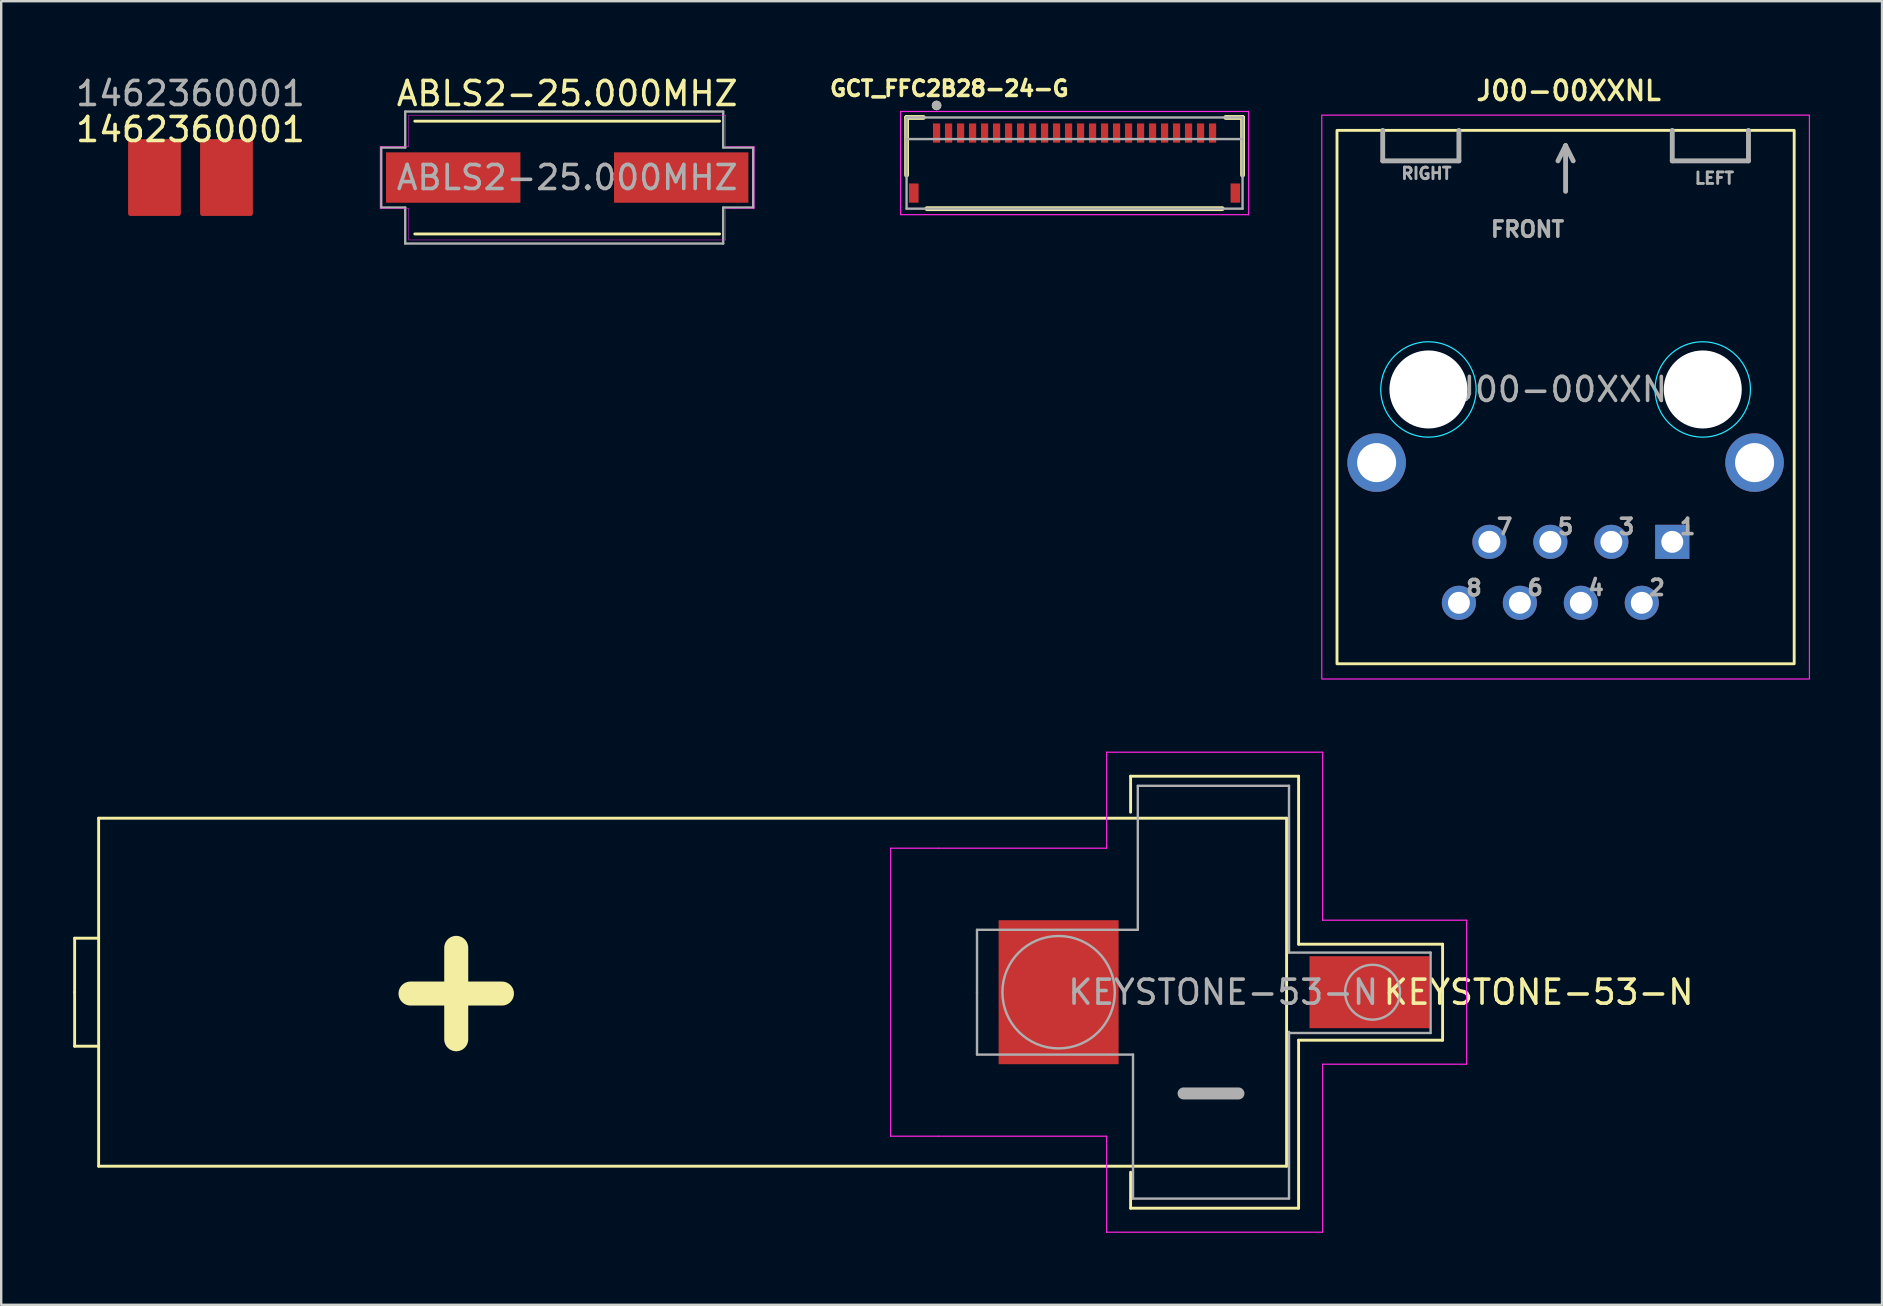
<source format=kicad_pcb>
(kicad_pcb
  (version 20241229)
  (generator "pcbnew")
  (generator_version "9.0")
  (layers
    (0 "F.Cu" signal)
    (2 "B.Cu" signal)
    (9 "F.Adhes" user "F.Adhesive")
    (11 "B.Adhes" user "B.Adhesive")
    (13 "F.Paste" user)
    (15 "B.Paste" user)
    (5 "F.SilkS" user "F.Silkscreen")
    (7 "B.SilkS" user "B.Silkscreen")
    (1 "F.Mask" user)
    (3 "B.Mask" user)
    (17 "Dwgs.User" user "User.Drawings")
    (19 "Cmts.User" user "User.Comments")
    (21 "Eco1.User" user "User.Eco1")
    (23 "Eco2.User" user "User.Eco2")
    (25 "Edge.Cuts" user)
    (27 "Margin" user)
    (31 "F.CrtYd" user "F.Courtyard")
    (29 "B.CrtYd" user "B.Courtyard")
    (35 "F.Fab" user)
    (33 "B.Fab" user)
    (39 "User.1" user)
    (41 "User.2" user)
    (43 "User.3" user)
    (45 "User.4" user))
  (footprint "KEYSTONE-53-N"
    (layer "F.Cu")
    (at 41.06 38.293)
    (property "Reference" "KEYSTONE-53-N" (at 20 0 0) (unlocked yes) (layer "F.SilkS") (effects (font (size 1 1) (thickness 0.15))))
    (attr smd)
    (fp_line (start -41 -2.25) (end -40 -2.25) (stroke (width 0.12) (type solid)) (layer "F.SilkS"))
    (fp_line (start -41 0) (end -41 -2.25) (stroke (width 0.12) (type solid)) (layer "F.SilkS"))
    (fp_line (start -41 0) (end -41 2.25) (stroke (width 0.12) (type solid)) (layer "F.SilkS"))
    (fp_line (start -41 2.25) (end -40 2.25) (stroke (width 0.12) (type solid)) (layer "F.SilkS"))
    (fp_line (start -40 -7.25) (end 9.5 -7.25) (stroke (width 0.12) (type solid)) (layer "F.SilkS"))
    (fp_line (start -40 7.25) (end -40 -7.25) (stroke (width 0.12) (type solid)) (layer "F.SilkS"))
    (fp_line (start 3 -9) (end 3 -7.5) (stroke (width 0.12) (type solid)) (layer "F.SilkS"))
    (fp_line (start 3 9) (end 3 7.5) (stroke (width 0.12) (type solid)) (layer "F.SilkS"))
    (fp_line (start 9.5 0) (end 9.5 -7.25) (stroke (width 0.12) (type solid)) (layer "F.SilkS"))
    (fp_line (start 9.5 0) (end 9.5 7.25) (stroke (width 0.12) (type solid)) (layer "F.SilkS"))
    (fp_line (start 9.5 7.25) (end -40 7.25) (stroke (width 0.12) (type solid)) (layer "F.SilkS"))
    (fp_line (start 10 -9) (end 3 -9) (stroke (width 0.12) (type solid)) (layer "F.SilkS"))
    (fp_line (start 10 -2) (end 10 -9) (stroke (width 0.12) (type solid)) (layer "F.SilkS"))
    (fp_line (start 10 2) (end 10 9) (stroke (width 0.12) (type solid)) (layer "F.SilkS"))
    (fp_line (start 10 9) (end 3 9) (stroke (width 0.12) (type solid)) (layer "F.SilkS"))
    (fp_line (start 16 -2) (end 10 -2) (stroke (width 0.12) (type solid)) (layer "F.SilkS"))
    (fp_line (start 16 0) (end 16 -2) (stroke (width 0.12) (type solid)) (layer "F.SilkS"))
    (fp_line (start 16 0) (end 16 2) (stroke (width 0.12) (type solid)) (layer "F.SilkS"))
    (fp_line (start 16 2) (end 10 2) (stroke (width 0.12) (type solid)) (layer "F.SilkS"))
    (fp_line (start -7 -6) (end -7 0) (stroke (width 0.05) (type solid)) (layer "F.CrtYd"))
    (fp_line (start -7 6) (end -7 0) (stroke (width 0.05) (type solid)) (layer "F.CrtYd"))
    (fp_line (start -5 -6) (end -7 -6) (stroke (width 0.05) (type solid)) (layer "F.CrtYd"))
    (fp_line (start -5 6) (end -7 6) (stroke (width 0.05) (type solid)) (layer "F.CrtYd"))
    (fp_line (start 2 -10) (end 2 -6) (stroke (width 0.05) (type solid)) (layer "F.CrtYd"))
    (fp_line (start 2 -6) (end -5 -6) (stroke (width 0.05) (type solid)) (layer "F.CrtYd"))
    (fp_line (start 2 6) (end -5 6) (stroke (width 0.05) (type solid)) (layer "F.CrtYd"))
    (fp_line (start 2 6) (end 2 10) (stroke (width 0.05) (type solid)) (layer "F.CrtYd"))
    (fp_line (start 11 -10) (end 2 -10) (stroke (width 0.05) (type solid)) (layer "F.CrtYd"))
    (fp_line (start 11 -3) (end 11 -10) (stroke (width 0.05) (type solid)) (layer "F.CrtYd"))
    (fp_line (start 11 3) (end 11 10) (stroke (width 0.05) (type solid)) (layer "F.CrtYd"))
    (fp_line (start 11 10) (end 2 10) (stroke (width 0.05) (type solid)) (layer "F.CrtYd"))
    (fp_line (start 17 -3) (end 11 -3) (stroke (width 0.05) (type solid)) (layer "F.CrtYd"))
    (fp_line (start 17 0) (end 17 -3) (stroke (width 0.05) (type solid)) (layer "F.CrtYd"))
    (fp_line (start 17 0) (end 17 3) (stroke (width 0.05) (type solid)) (layer "F.CrtYd"))
    (fp_line (start 17 3) (end 11 3) (stroke (width 0.05) (type solid)) (layer "F.CrtYd"))
    (fp_line (start -3.4 -2.6) (end 3.3 -2.6) (stroke (width 0.1) (type solid)) (layer "F.Fab"))
    (fp_line (start -3.4 0) (end -3.4 -2.6) (stroke (width 0.1) (type solid)) (layer "F.Fab"))
    (fp_line (start -3.4 2.6) (end -3.4 0) (stroke (width 0.1) (type solid)) (layer "F.Fab"))
    (fp_line (start -3.4 2.6) (end 3.1 2.6) (stroke (width 0.1) (type solid)) (layer "F.Fab"))
    (fp_line (start 3.1 2.6) (end 3.1 8.6) (stroke (width 0.1) (type solid)) (layer "F.Fab"))
    (fp_line (start 3.1 8.6) (end 9.6 8.6) (stroke (width 0.1) (type solid)) (layer "F.Fab"))
    (fp_line (start 3.3 -8.6) (end 9.6 -8.6) (stroke (width 0.1) (type solid)) (layer "F.Fab"))
    (fp_line (start 3.3 -2.6) (end 3.3 -8.6) (stroke (width 0.1) (type solid)) (layer "F.Fab"))
    (fp_line (start 9.6 -1.65) (end 9.6 -8.6) (stroke (width 0.1) (type solid)) (layer "F.Fab"))
    (fp_line (start 9.6 8.6) (end 9.6 1.65) (stroke (width 0.1) (type solid)) (layer "F.Fab"))
    (fp_line (start 15.5 -1.65) (end 9.6 -1.65) (stroke (width 0.1) (type solid)) (layer "F.Fab"))
    (fp_line (start 15.5 -1.65) (end 15.5 1.7) (stroke (width 0.1) (type solid)) (layer "F.Fab"))
    (fp_line (start 15.5 1.7) (end 9.6 1.7) (stroke (width 0.1) (type solid)) (layer "F.Fab"))
    (fp_circle (center 0 0) (end 1.778 1.524) (stroke (width 0.1) (type solid)) (fill no) (layer "F.Fab"))
    (fp_circle (center 13.081 0) (end 14.224 0) (stroke (width 0.1) (type solid)) (fill no) (layer "F.Fab"))
    (fp_text user "+" (at -25.1 -0.3 0) (unlocked yes) (layer "F.SilkS") (effects (font (size 5 5) (thickness 1))))
    (fp_text user "-" (at 6.35 4 0) (unlocked yes) (layer "F.Fab") (effects (font (size 3 3) (thickness 0.5))))
    (fp_text user "${REFERENCE}" (at 6.858 0 0) (unlocked yes) (layer "F.Fab") (effects (font (size 1 1) (thickness 0.15))))
    (pad "1" smd rect (at 0 0) (size 5 6) (layers "F.Cu" "F.Mask" "F.Paste"))
    (pad "1" smd rect (at 12.954 0) (size 5 3) (layers "F.Cu" "F.Mask" "F.Paste")))
  (footprint "ABLS2-25.000MHZ"
    (layer "F.Cu")
    (at 20.584 4.348)
    (property "Reference" "ABLS2-25.000MHZ" (at 0 -3.5 0) (layer "F.SilkS") (effects (font (size 1 1) (thickness 0.15))))
    (attr smd)
    (fp_line (start -6.35 -2.35) (end 6.35 -2.35) (stroke (width 0.12) (type solid)) (layer "F.SilkS"))
    (fp_line (start -6.35 2.35) (end 6.35 2.35) (stroke (width 0.12) (type solid)) (layer "F.SilkS"))
    (fp_line (start -7.8 -1.3) (end -7.8 1.3) (stroke (width 0.02) (type solid)) (layer "F.CrtYd"))
    (fp_line (start -7.8 1.3) (end -6.6 1.3) (stroke (width 0.02) (type solid)) (layer "F.CrtYd"))
    (fp_line (start -6.6 -2.6) (end -6.6 -1.3) (stroke (width 0.02) (type solid)) (layer "F.CrtYd"))
    (fp_line (start -6.6 -2.6) (end 6.6 -2.6) (stroke (width 0.02) (type solid)) (layer "F.CrtYd"))
    (fp_line (start -6.6 -1.3) (end -7.8 -1.3) (stroke (width 0.02) (type solid)) (layer "F.CrtYd"))
    (fp_line (start -6.6 1.3) (end -6.6 2.6) (stroke (width 0.02) (type solid)) (layer "F.CrtYd"))
    (fp_line (start 6.6 -2.6) (end 6.6 -1.3) (stroke (width 0.02) (type solid)) (layer "F.CrtYd"))
    (fp_line (start 6.6 -1.3) (end 7.8 -1.3) (stroke (width 0.02) (type solid)) (layer "F.CrtYd"))
    (fp_line (start 6.6 1.3) (end 6.6 2.6) (stroke (width 0.02) (type solid)) (layer "F.CrtYd"))
    (fp_line (start 6.6 2.6) (end -6.6 2.6) (stroke (width 0.02) (type solid)) (layer "F.CrtYd"))
    (fp_line (start 7.8 -1.3) (end 7.8 1.3) (stroke (width 0.02) (type solid)) (layer "F.CrtYd"))
    (fp_line (start 7.8 1.3) (end 6.6 1.3) (stroke (width 0.02) (type solid)) (layer "F.CrtYd"))
    (fp_line (start -7.75 -1.25) (end -6.75 -1.25) (stroke (width 0.1) (type solid)) (layer "F.Fab"))
    (fp_line (start -7.75 1.25) (end -7.75 -1.25) (stroke (width 0.1) (type solid)) (layer "F.Fab"))
    (fp_line (start -6.75 -2.75) (end 6.5 -2.75) (stroke (width 0.1) (type solid)) (layer "F.Fab"))
    (fp_line (start -6.75 -1.25) (end -6.75 -2.75) (stroke (width 0.1) (type solid)) (layer "F.Fab"))
    (fp_line (start -6.75 1.25) (end -7.75 1.25) (stroke (width 0.1) (type solid)) (layer "F.Fab"))
    (fp_line (start -6.75 2.75) (end -6.75 1.25) (stroke (width 0.1) (type solid)) (layer "F.Fab"))
    (fp_line (start 6.5 -2.75) (end 6.5 -1.25) (stroke (width 0.1) (type solid)) (layer "F.Fab"))
    (fp_line (start 6.5 -1.25) (end 7.75 -1.25) (stroke (width 0.1) (type solid)) (layer "F.Fab"))
    (fp_line (start 6.5 1.25) (end 6.5 2.75) (stroke (width 0.1) (type solid)) (layer "F.Fab"))
    (fp_line (start 6.5 2.75) (end -6.75 2.75) (stroke (width 0.1) (type solid)) (layer "F.Fab"))
    (fp_line (start 7.75 -1.25) (end 7.75 1.25) (stroke (width 0.1) (type solid)) (layer "F.Fab"))
    (fp_line (start 7.75 1.25) (end 6.5 1.25) (stroke (width 0.1) (type solid)) (layer "F.Fab"))
    (fp_text user "${REFERENCE}" (at 0 0 0) (unlocked yes) (layer "F.Fab") (effects (font (size 1 1) (thickness 0.15))))
    (pad "1" smd rect (at -4.75 0) (size 5.6 2.1) (layers "F.Cu" "F.Mask" "F.Paste"))
    (pad "2" smd rect (at 4.75 0) (size 5.6 2.1) (layers "F.Cu" "F.Mask" "F.Paste")))
  (footprint "J00-00XXNL"
    (layer "F.Cu")
    (at 62.185 13.178)
    (property "Reference" "J00-00XXNL" (at 0.127 -12.446 180) (layer "F.SilkS") (effects (font (size 0.801 0.801) (thickness 0.15))))
    (attr through_hole)
    (fp_rect (start -9.525 -10.795) (end 9.525 11.43) (stroke (width 0.12) (type solid)) (fill no) (layer "F.SilkS"))
    (fp_circle (center -5.715 0) (end -3.937 0.889) (stroke (width 0.05) (type solid)) (fill no) (layer "B.CrtYd"))
    (fp_circle (center 5.715 0) (end 7.493 0.889) (stroke (width 0.05) (type solid)) (fill no) (layer "B.CrtYd"))
    (fp_rect (start -10.16 -11.43) (end 10.16 12.065) (stroke (width 0.05) (type solid)) (fill no) (layer "F.CrtYd"))
    (fp_line (start -7.62 -10.795) (end -7.62 -9.525) (stroke (width 0.203) (type solid)) (layer "F.Fab"))
    (fp_line (start -7.62 -9.525) (end -4.445 -9.525) (stroke (width 0.203) (type solid)) (layer "F.Fab"))
    (fp_line (start -4.445 -9.525) (end -4.445 -10.795) (stroke (width 0.203) (type solid)) (layer "F.Fab"))
    (fp_line (start 0 -10.16) (end -0.318 -9.525) (stroke (width 0.203) (type solid)) (layer "F.Fab"))
    (fp_line (start 0 -10.16) (end 0 -8.255) (stroke (width 0.203) (type solid)) (layer "F.Fab"))
    (fp_line (start 0.318 -9.525) (end 0 -10.16) (stroke (width 0.203) (type solid)) (layer "F.Fab"))
    (fp_line (start 4.445 -10.795) (end 4.445 -9.525) (stroke (width 0.203) (type solid)) (layer "F.Fab"))
    (fp_line (start 4.445 -9.525) (end 7.62 -9.525) (stroke (width 0.203) (type solid)) (layer "F.Fab"))
    (fp_line (start 7.62 -9.525) (end 7.62 -10.795) (stroke (width 0.203) (type solid)) (layer "F.Fab"))
    (fp_text user "4" (at 1.27 8.256 0) (layer "F.Fab") (effects (font (size 0.64 0.64) (thickness 0.15))))
    (fp_text user "RIGHT" (at -5.8 -9 0) (layer "F.Fab") (effects (font (size 0.48 0.48) (thickness 0.15))))
    (fp_text user "1" (at 5.083 5.718 0) (layer "F.Fab") (effects (font (size 0.64 0.64) (thickness 0.15))))
    (fp_text user "8" (at -3.816 8.269 0) (layer "F.Fab") (effects (font (size 0.641 0.641) (thickness 0.15))))
    (fp_text user "${REFERENCE}" (at 0.25 0 0) (unlocked yes) (layer "F.Fab") (effects (font (size 1 1) (thickness 0.15))))
    (fp_text user "2" (at 3.811 8.258 0) (layer "F.Fab") (effects (font (size 0.64 0.64) (thickness 0.15))))
    (fp_text user "6" (at -1.27 8.257 0) (layer "F.Fab") (effects (font (size 0.64 0.64) (thickness 0.15))))
    (fp_text user "5" (at 0 5.718 0) (layer "F.Fab") (effects (font (size 0.64 0.64) (thickness 0.15))))
    (fp_text user "7" (at -2.541 5.717 0) (layer "F.Fab") (effects (font (size 0.64 0.64) (thickness 0.15))))
    (fp_text user "3" (at 2.541 5.717 0) (layer "F.Fab") (effects (font (size 0.64 0.64) (thickness 0.15))))
    (fp_text user "LEFT" (at 6.2 -8.8 0) (layer "F.Fab") (effects (font (size 0.48 0.48) (thickness 0.15))))
    (fp_text user "FRONT" (at -1.589 -6.673 0) (layer "F.Fab") (effects (font (size 0.64 0.64) (thickness 0.15))))
    (pad "" np_thru_hole circle (at -5.715 0) (size 3.251 3.251) (drill 3.251) (layers "*.Cu" "*.Mask"))
    (pad "" np_thru_hole circle (at 5.715 0) (size 3.251 3.251) (drill 3.251) (layers "*.Cu" "*.Mask"))
    (pad "1" thru_hole rect (at 4.445 6.35) (size 1.422 1.422) (drill 0.914) (layers "*.Cu" "*.Mask"))
    (pad "2" thru_hole circle (at 3.175 8.89) (size 1.422 1.422) (drill 0.914) (layers "*.Cu" "*.Mask"))
    (pad "3" thru_hole circle (at 1.905 6.35) (size 1.422 1.422) (drill 0.914) (layers "*.Cu" "*.Mask"))
    (pad "4" thru_hole circle (at 0.635 8.89) (size 1.422 1.422) (drill 0.914) (layers "*.Cu" "*.Mask"))
    (pad "5" thru_hole circle (at -0.635 6.35) (size 1.422 1.422) (drill 0.914) (layers "*.Cu" "*.Mask"))
    (pad "6" thru_hole circle (at -1.905 8.89) (size 1.422 1.422) (drill 0.914) (layers "*.Cu" "*.Mask"))
    (pad "7" thru_hole circle (at -3.175 6.35) (size 1.422 1.422) (drill 0.914) (layers "*.Cu" "*.Mask"))
    (pad "8" thru_hole circle (at -4.445 8.89) (size 1.422 1.422) (drill 0.914) (layers "*.Cu" "*.Mask"))
    (pad "S1" thru_hole circle (at -7.874 3.048) (size 2.438 2.438) (drill 1.626) (layers "*.Cu" "*.Mask"))
    (pad "S2" thru_hole circle (at 7.874 3.048) (size 2.438 2.438) (drill 1.626) (layers "*.Cu" "*.Mask"))
    (zone (net_name "") (layers "F.Cu" "B.Cu") (hatch edge 0.508) (connect_pads) (min_thickness 0.254) (filled_areas_thickness no) (keepout (tracks not_allowed) (vias not_allowed) (pads not_allowed) (copperpour not_allowed) (footprints not_allowed)) (placement (enabled no)) (fill) (polygon (pts (xy 71.71 5.558) (xy 52.66 5.558) (xy 52.66 2.383) (xy 71.71 2.383)))))
  (footprint "GCT_FFC2B28-24-G"
    (layer "F.Cu")
    (at 41.725 3.744)
    (property "Reference" "GCT_FFC2B28-24-G" (at -5.218 -3.106 0) (layer "F.SilkS") (effects (font (size 0.64 0.64) (thickness 0.15))))
    (attr through_hole)
    (fp_line (start -7 -1.9) (end -6.3 -1.9) (stroke (width 0.2) (type solid)) (layer "F.SilkS"))
    (fp_line (start -7 0.5) (end -7 -1.9) (stroke (width 0.2) (type solid)) (layer "F.SilkS"))
    (fp_line (start -6.15 1.9) (end 6.15 1.9) (stroke (width 0.2) (type solid)) (layer "F.SilkS"))
    (fp_line (start 6.3 -1.9) (end 7 -1.9) (stroke (width 0.2) (type solid)) (layer "F.SilkS"))
    (fp_line (start 7 -1.9) (end 7 0.5) (stroke (width 0.2) (type solid)) (layer "F.SilkS"))
    (fp_circle (center -5.75 -2.4) (end -5.65 -2.4) (stroke (width 0.2) (type solid)) (fill no) (layer "F.SilkS"))
    (fp_line (start -7.25 -2.15) (end -7.25 2.15) (stroke (width 0.05) (type solid)) (layer "F.CrtYd"))
    (fp_line (start -7.25 2.15) (end 7.25 2.15) (stroke (width 0.05) (type solid)) (layer "F.CrtYd"))
    (fp_line (start 7.25 -2.15) (end -7.25 -2.15) (stroke (width 0.05) (type solid)) (layer "F.CrtYd"))
    (fp_line (start 7.25 2.15) (end 7.25 -2.15) (stroke (width 0.05) (type solid)) (layer "F.CrtYd"))
    (fp_line (start -7 -1.9) (end 7 -1.9) (stroke (width 0.1) (type solid)) (layer "F.Fab"))
    (fp_line (start -7 -1) (end -7 -1.9) (stroke (width 0.1) (type solid)) (layer "F.Fab"))
    (fp_line (start -7 -1) (end 7 -1) (stroke (width 0.1) (type solid)) (layer "F.Fab"))
    (fp_line (start -7 1.9) (end -7 -1) (stroke (width 0.1) (type solid)) (layer "F.Fab"))
    (fp_line (start 7 -1.9) (end 7 -1) (stroke (width 0.1) (type solid)) (layer "F.Fab"))
    (fp_line (start 7 -1) (end 7 1.9) (stroke (width 0.1) (type solid)) (layer "F.Fab"))
    (fp_line (start 7 1.9) (end -7 1.9) (stroke (width 0.1) (type solid)) (layer "F.Fab"))
    (fp_circle (center -5.75 -2.4) (end -5.65 -2.4) (stroke (width 0.2) (type solid)) (fill no) (layer "F.Fab"))
    (pad "1" smd rect (at -5.75 -1.25) (size 0.3 0.8) (layers "F.Cu" "F.Mask" "F.Paste"))
    (pad "2" smd rect (at -5.25 -1.25) (size 0.3 0.8) (layers "F.Cu" "F.Mask" "F.Paste"))
    (pad "3" smd rect (at -4.75 -1.25) (size 0.3 0.8) (layers "F.Cu" "F.Mask" "F.Paste"))
    (pad "4" smd rect (at -4.25 -1.25) (size 0.3 0.8) (layers "F.Cu" "F.Mask" "F.Paste"))
    (pad "5" smd rect (at -3.75 -1.25) (size 0.3 0.8) (layers "F.Cu" "F.Mask" "F.Paste"))
    (pad "6" smd rect (at -3.25 -1.25) (size 0.3 0.8) (layers "F.Cu" "F.Mask" "F.Paste"))
    (pad "7" smd rect (at -2.75 -1.25) (size 0.3 0.8) (layers "F.Cu" "F.Mask" "F.Paste"))
    (pad "8" smd rect (at -2.25 -1.25) (size 0.3 0.8) (layers "F.Cu" "F.Mask" "F.Paste"))
    (pad "9" smd rect (at -1.75 -1.25) (size 0.3 0.8) (layers "F.Cu" "F.Mask" "F.Paste"))
    (pad "10" smd rect (at -1.25 -1.25) (size 0.3 0.8) (layers "F.Cu" "F.Mask" "F.Paste"))
    (pad "11" smd rect (at -0.75 -1.25) (size 0.3 0.8) (layers "F.Cu" "F.Mask" "F.Paste"))
    (pad "12" smd rect (at -0.25 -1.25) (size 0.3 0.8) (layers "F.Cu" "F.Mask" "F.Paste"))
    (pad "13" smd rect (at 0.25 -1.25) (size 0.3 0.8) (layers "F.Cu" "F.Mask" "F.Paste"))
    (pad "14" smd rect (at 0.75 -1.25) (size 0.3 0.8) (layers "F.Cu" "F.Mask" "F.Paste"))
    (pad "15" smd rect (at 1.25 -1.25) (size 0.3 0.8) (layers "F.Cu" "F.Mask" "F.Paste"))
    (pad "16" smd rect (at 1.75 -1.25) (size 0.3 0.8) (layers "F.Cu" "F.Mask" "F.Paste"))
    (pad "17" smd rect (at 2.25 -1.25) (size 0.3 0.8) (layers "F.Cu" "F.Mask" "F.Paste"))
    (pad "18" smd rect (at 2.75 -1.25) (size 0.3 0.8) (layers "F.Cu" "F.Mask" "F.Paste"))
    (pad "19" smd rect (at 3.25 -1.25) (size 0.3 0.8) (layers "F.Cu" "F.Mask" "F.Paste"))
    (pad "20" smd rect (at 3.75 -1.25) (size 0.3 0.8) (layers "F.Cu" "F.Mask" "F.Paste"))
    (pad "21" smd rect (at 4.25 -1.25) (size 0.3 0.8) (layers "F.Cu" "F.Mask" "F.Paste"))
    (pad "22" smd rect (at 4.75 -1.25) (size 0.3 0.8) (layers "F.Cu" "F.Mask" "F.Paste"))
    (pad "23" smd rect (at 5.25 -1.25) (size 0.3 0.8) (layers "F.Cu" "F.Mask" "F.Paste"))
    (pad "24" smd rect (at 5.75 -1.25) (size 0.3 0.8) (layers "F.Cu" "F.Mask" "F.Paste"))
    (pad "S1" smd rect (at -6.7 1.25) (size 0.4 0.8) (layers "F.Cu" "F.Mask" "F.Paste"))
    (pad "S2" smd rect (at 6.7 1.25) (size 0.4 0.8) (layers "F.Cu" "F.Mask" "F.Paste")))
  (footprint "1462360001"
    (layer "F.Cu")
    (at 4.887 2.848)
    (property "Reference" "1462360001" (at 0 -0.5 0) (unlocked yes) (layer "F.SilkS") (effects (font (size 1 1) (thickness 0.15))))
    (attr smd)
    (fp_rect (start -0.5 0) (end -2.5 3) (stroke (width 0.2) (type solid)) (fill yes) (layer "F.Cu"))
    (fp_rect (start 2.5 0) (end 0.5 3) (stroke (width 0.2) (type solid)) (fill yes) (layer "F.Cu"))
    (fp_text user "${REFERENCE}" (at 0 -2 0) (unlocked yes) (layer "F.Fab") (effects (font (size 1 1) (thickness 0.15))))
    (pad "1" smd roundrect (at -1.5 1.5) (size 2 3) (layers "F.Cu" "F.Mask" "F.Paste") (roundrect_rratio 0.25))
    (pad "2" smd roundrect (at 1.5 1.5) (size 2 3) (layers "F.Cu" "F.Mask" "F.Paste") (roundrect_rratio 0.25)))
  (gr_rect
    (start -3 -3)
    (end 75.37 51.318)
    (stroke (width 0.1) (type default))
    (fill no)
    (layer "Edge.Cuts")))
</source>
